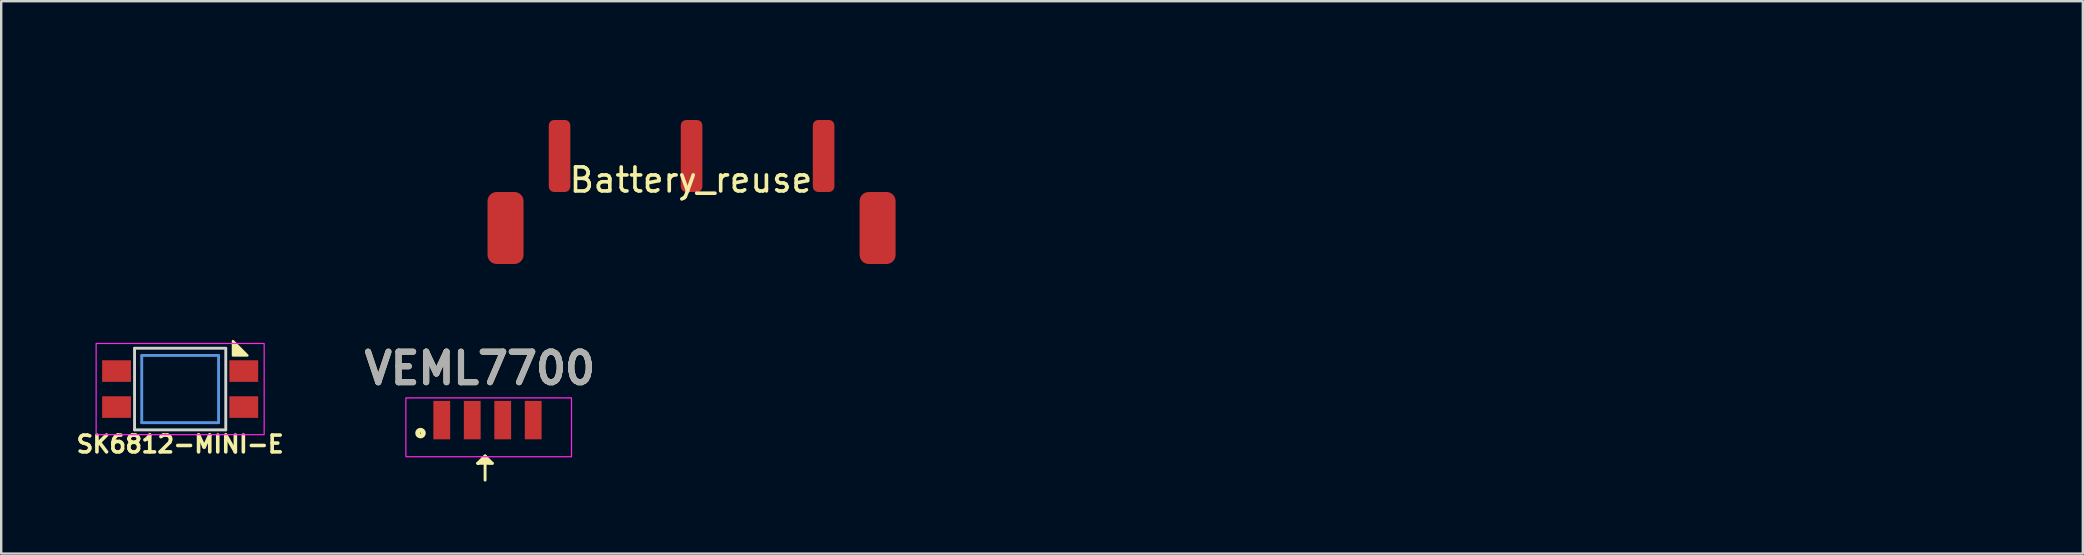
<source format=kicad_pcb>
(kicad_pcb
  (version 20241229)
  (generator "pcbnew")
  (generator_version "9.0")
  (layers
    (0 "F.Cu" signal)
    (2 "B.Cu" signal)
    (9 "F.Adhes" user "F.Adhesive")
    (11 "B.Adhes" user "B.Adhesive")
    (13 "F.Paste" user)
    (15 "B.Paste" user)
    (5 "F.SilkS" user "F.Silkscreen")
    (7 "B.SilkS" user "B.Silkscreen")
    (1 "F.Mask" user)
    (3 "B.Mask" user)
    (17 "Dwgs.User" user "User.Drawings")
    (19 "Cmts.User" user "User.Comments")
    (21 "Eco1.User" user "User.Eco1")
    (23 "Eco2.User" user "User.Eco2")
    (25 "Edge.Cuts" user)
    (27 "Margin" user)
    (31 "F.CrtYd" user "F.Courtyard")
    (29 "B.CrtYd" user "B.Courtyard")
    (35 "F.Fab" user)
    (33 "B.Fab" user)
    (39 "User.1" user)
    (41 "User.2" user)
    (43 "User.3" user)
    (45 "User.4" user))
  (footprint "SK6812-MINI-E"
    (layer "F.Cu")
    (at 4.455 13.158)
    (property "Reference" "SK6812-MINI-E" (at 0 2.3 0) (unlocked yes) (layer "F.SilkS") (effects (font (size 0.7 0.7) (thickness 0.15))))
    (attr through_hole)
    (fp_poly (pts (xy 2.8 -1.4) (xy 2.2 -1.4) (xy 2.2 -2)) (stroke (width 0.1) (type solid)) (fill yes) (layer "F.SilkS"))
    (fp_line (start -1.6 -1.4) (end 1.6 -1.4) (stroke (width 0.12) (type solid)) (layer "Cmts.User"))
    (fp_line (start -1.6 1.4) (end -1.6 -1.4) (stroke (width 0.12) (type solid)) (layer "Cmts.User"))
    (fp_line (start 1.6 -1.4) (end 1.6 1.4) (stroke (width 0.12) (type solid)) (layer "Cmts.User"))
    (fp_line (start 1.6 1.4) (end -1.6 1.4) (stroke (width 0.12) (type solid)) (layer "Cmts.User"))
    (fp_line (start -1.9 -1.7) (end 1.9 -1.7) (stroke (width 0.12) (type solid)) (layer "Edge.Cuts"))
    (fp_line (start -1.9 1.7) (end -1.9 -1.7) (stroke (width 0.12) (type solid)) (layer "Edge.Cuts"))
    (fp_line (start 1.9 -1.7) (end 1.9 1.7) (stroke (width 0.12) (type solid)) (layer "Edge.Cuts"))
    (fp_line (start 1.9 1.7) (end -1.9 1.7) (stroke (width 0.12) (type solid)) (layer "Edge.Cuts"))
    (fp_rect (start -3.5 -1.9) (end 3.5 1.9) (stroke (width 0.05) (type default)) (fill no) (layer "F.CrtYd"))
    (pad "1" smd rect (at -2.65 0.75) (size 1.2 0.9) (layers "F.Cu" "F.Mask" "F.Paste"))
    (pad "2" smd rect (at -2.65 -0.75) (size 1.2 0.9) (layers "F.Cu" "F.Mask" "F.Paste"))
    (pad "3" smd rect (at 2.65 -0.75) (size 1.2 0.9) (layers "F.Cu" "F.Mask" "F.Paste"))
    (pad "4" smd rect (at 2.65 0.75) (size 1.2 0.9) (layers "F.Cu" "F.Mask" "F.Paste")))
  (footprint "Battery_reuse"
    (layer "F.Cu")
    (at 25.76 4.948)
    (property "Reference" "Battery_reuse" (at -0.025 -0.5 0) (unlocked yes) (layer "F.SilkS") (effects (font (size 1 1) (thickness 0.15))))
    (attr smd)
    (fp_line (start -25.7 3.1) (end -25.7 2.2) (stroke (width 0.12) (type solid)) (layer "User.1"))
    (fp_line (start 17.3 3) (end 17.3 1.7) (stroke (width 0.12) (type solid)) (layer "User.1"))
    (fp_text user "Approximate board edges marked on both sides" (at 36.5 2.2 0) (unlocked yes) (layer "User.1") (effects (font (size 1 1) (thickness 0.15))))
    (fp_text user "77mm from bottom of remote pcb to top of upper pads" (at -0.6 -4.1 0) (unlocked yes) (layer "User.1") (effects (font (size 1 1) (thickness 0.15))))
    (pad "" smd roundrect (at -7.75 1.5) (size 1.5 3) (layers "F.Cu" "F.Mask" "F.Paste") (roundrect_rratio 0.25))
    (pad "" smd roundrect (at 7.75 1.5) (size 1.5 3) (layers "F.Cu" "F.Mask" "F.Paste") (roundrect_rratio 0.25))
    (pad "1" smd roundrect (at -5.5 -1.5) (size 0.9 3) (layers "F.Cu" "F.Mask" "F.Paste") (roundrect_rratio 0.25))
    (pad "2" smd roundrect (at 0 -1.5) (size 0.9 3) (layers "F.Cu" "F.Mask" "F.Paste") (roundrect_rratio 0.25))
    (pad "3" smd roundrect (at 5.5 -1.5) (size 0.9 3) (layers "F.Cu" "F.Mask" "F.Paste") (roundrect_rratio 0.25)))
  (footprint "VEML7700"
    (layer "F.Cu")
    (at 13.858 14.051)
    (property "Reference" "VEML7700" (at 3.083 -1.754 0) (layer "F.SilkS") (effects (font (size 1.27 1.27) (thickness 0.254))))
    (attr smd)
    (fp_line (start 3 2.2) (end 3.3 1.9) (stroke (width 0.12) (type default)) (layer "F.SilkS"))
    (fp_line (start 3 2.2) (end 3.3 2.1) (stroke (width 0.12) (type default)) (layer "F.SilkS"))
    (fp_line (start 3.2 2) (end 3.5 2.2) (stroke (width 0.12) (type default)) (layer "F.SilkS"))
    (fp_line (start 3.3 1.9) (end 3 2.2) (stroke (width 0.12) (type default)) (layer "F.SilkS"))
    (fp_line (start 3.3 1.9) (end 3.6 2.2) (stroke (width 0.12) (type default)) (layer "F.SilkS"))
    (fp_line (start 3.3 2.1) (end 3.4 2.1) (stroke (width 0.12) (type default)) (layer "F.SilkS"))
    (fp_line (start 3.3 2.9) (end 3.3 1.9) (stroke (width 0.12) (type default)) (layer "F.SilkS"))
    (fp_line (start 3.4 2.1) (end 3.2 2) (stroke (width 0.12) (type default)) (layer "F.SilkS"))
    (fp_line (start 3.6 2.2) (end 3 2.2) (stroke (width 0.12) (type default)) (layer "F.SilkS"))
    (fp_circle (center 0.61 0.942) (end 0.61 1.062) (stroke (width 0.2) (type solid)) (fill no) (layer "F.SilkS"))
    (fp_rect (start 0 -0.525) (end 6.9 1.925) (stroke (width 0.05) (type default)) (fill no) (layer "F.CrtYd"))
    (fp_text user "${REFERENCE}" (at 3.083 -1.754 0) (layer "F.Fab") (effects (font (size 1.27 1.27) (thickness 0.254))))
    (pad "1" smd rect (at 1.495 0.4) (size 0.7 1.6) (layers "F.Cu" "F.Mask" "F.Paste"))
    (pad "2" smd rect (at 2.765 0.4) (size 0.7 1.6) (layers "F.Cu" "F.Mask" "F.Paste"))
    (pad "3" smd rect (at 4.035 0.4) (size 0.7 1.6) (layers "F.Cu" "F.Mask" "F.Paste"))
    (pad "4" smd rect (at 5.305 0.4) (size 0.7 1.6) (layers "F.Cu" "F.Mask" "F.Paste")))
  (gr_rect
    (start -3 -3)
    (end 83.718 20.011)
    (stroke (width 0.1) (type default))
    (fill no)
    (layer "Edge.Cuts")))
</source>
